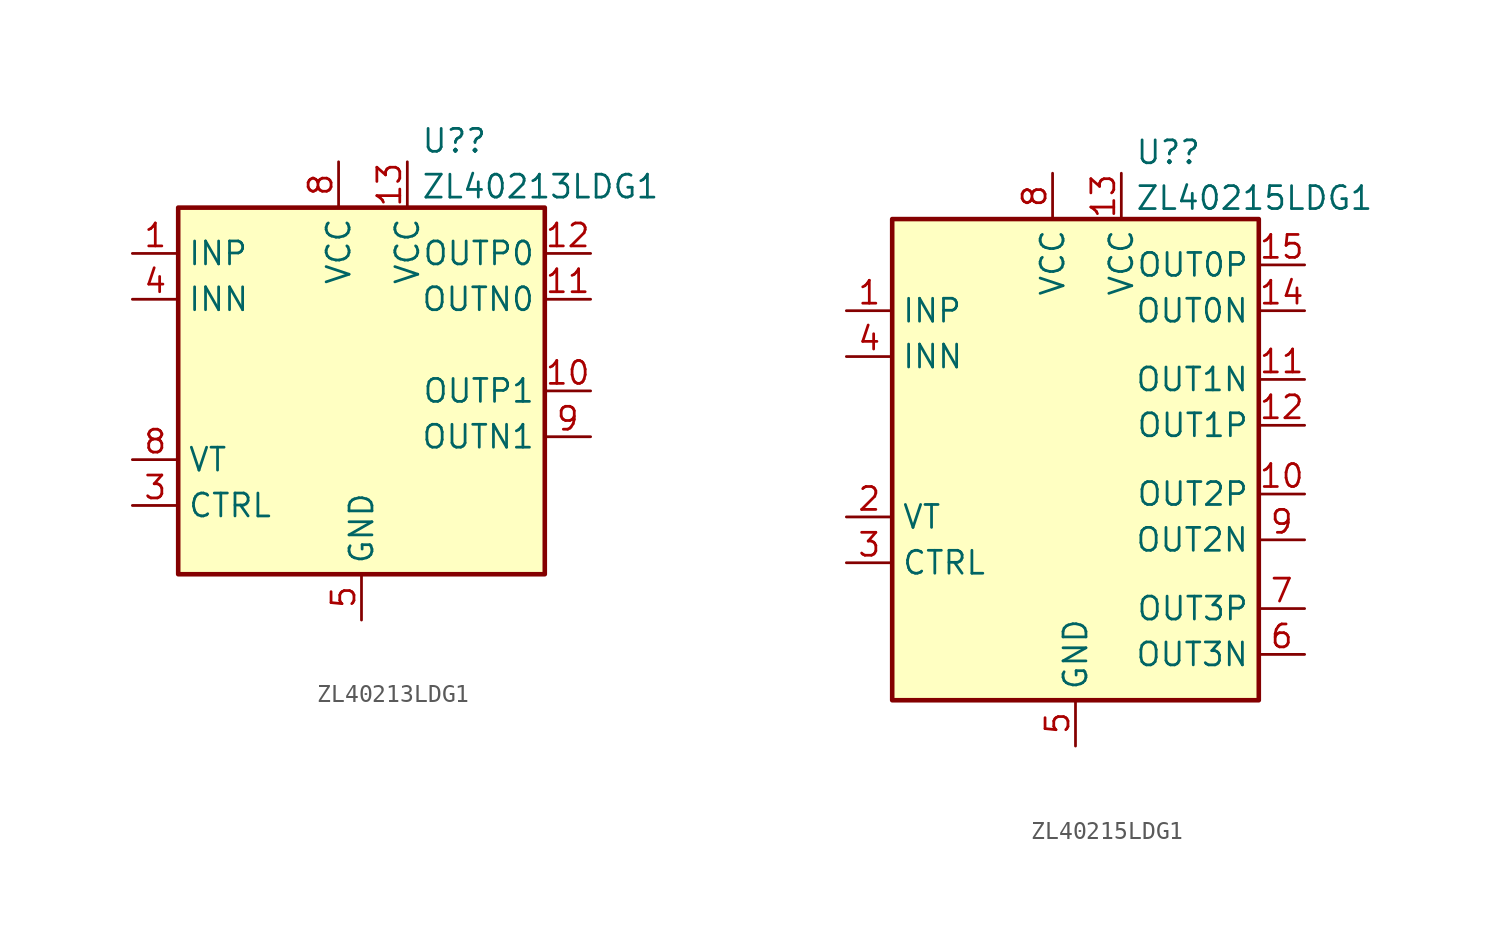
<source format=kicad_sym>
(kicad_symbol_lib
  (version 20211014)
  (generator kicad_symbol_editor)
  (symbol "ZL40213LDG1"
    (property "Reference" "U?"
      (at 3.289 13.86 0)
      (effects (font (size 1.27 1.27)) (justify left)))
    (property "Value" "ZL40213LDG1"
      (at 3.289 11.323 0)
      (effects (font (size 1.27 1.27)) (justify left)))
    (symbol "ZL40213LDG1_0_0"
      (pin input line (at -12.7 7.62 0) (length 2.54) (name "INP" (effects (font (size 1.27 1.27)))) (number "1" (effects (font (size 1.27 1.27)))))
      (pin output line (at 12.7 0 180) (length 2.54) (name "OUTP1" (effects (font (size 1.27 1.27)))) (number "10" (effects (font (size 1.27 1.27)))))
      (pin output line (at 12.7 5.08 180) (length 2.54) (name "OUTN0" (effects (font (size 1.27 1.27)))) (number "11" (effects (font (size 1.27 1.27)))))
      (pin output line (at 12.7 7.62 180) (length 2.54) (name "OUTP0" (effects (font (size 1.27 1.27)))) (number "12" (effects (font (size 1.27 1.27)))))
      (pin power_in line (at 2.54 12.7 270) (length 2.54) (name "VCC" (effects (font (size 1.27 1.27)))) (number "13" (effects (font (size 1.27 1.27)))))
      (pin no_connect line (at 10.16 2.54 180) (length 2.54) hide (name "NC" (effects (font (size 1.27 1.27)))) (number "14" (effects (font (size 1.27 1.27)))))
      (pin no_connect line (at 10.16 -5.08 180) (length 2.54) hide (name "NC" (effects (font (size 1.27 1.27)))) (number "15" (effects (font (size 1.27 1.27)))))
      (pin passive line (at 0 -12.7 90) (length 2.54) hide (name "GND" (effects (font (size 1.27 1.27)))) (number "16" (effects (font (size 1.27 1.27)))))
      (pin no_connect line (at 10.16 -7.62 180) (length 2.54) hide (name "PAD" (effects (font (size 1.27 1.27)))) (number "17" (effects (font (size 1.27 1.27)))))
      (pin input line (at -12.7 -6.35 0) (length 2.54) (name "CTRL" (effects (font (size 1.27 1.27)))) (number "3" (effects (font (size 1.27 1.27)))))
      (pin input line (at -12.7 5.08 0) (length 2.54) (name "INN" (effects (font (size 1.27 1.27)))) (number "4" (effects (font (size 1.27 1.27)))))
      (pin power_in line (at 0 -12.7 90) (length 2.54) (name "GND" (effects (font (size 1.27 1.27)))) (number "5" (effects (font (size 1.27 1.27)))))
      (pin no_connect line (at -10.16 2.54 0) (length 2.54) hide (name "NC" (effects (font (size 1.27 1.27)))) (number "6" (effects (font (size 1.27 1.27)))))
      (pin no_connect line (at -10.16 0 0) (length 2.54) hide (name "NC" (effects (font (size 1.27 1.27)))) (number "7" (effects (font (size 1.27 1.27)))))
      (pin power_in line (at -1.27 12.7 270) (length 2.54) (name "VCC" (effects (font (size 1.27 1.27)))) (number "8" (effects (font (size 1.27 1.27)))))
      (pin input line (at -12.7 -3.81 0) (length 2.54) (name "VT" (effects (font (size 1.27 1.27)))) (number "8" (effects (font (size 1.27 1.27)))))
      (pin output line (at 12.7 -2.54 180) (length 2.54) (name "OUTN1" (effects (font (size 1.27 1.27)))) (number "9" (effects (font (size 1.27 1.27))))))
    (symbol "ZL40213LDG1_0_1"
      (rectangle (start -10.16 10.16) (end 10.16 -10.16) (stroke (width 0.254) (type default) (color 0 0 0 0)) (fill (type background)))))
  (symbol "ZL40215LDG1"
    (property "Reference" "U?"
      (at 3.289 16.4 0)
      (effects (font (size 1.27 1.27)) (justify left)))
    (property "Value" "ZL40215LDG1"
      (at 3.289 13.863 0)
      (effects (font (size 1.27 1.27)) (justify left)))
    (symbol "ZL40215LDG1_0_0"
      (pin input line (at -12.7 7.62 0) (length 2.54) (name "INP" (effects (font (size 1.27 1.27)))) (number "1" (effects (font (size 1.27 1.27)))))
      (pin output line (at 12.7 -2.54 180) (length 2.54) (name "OUT2P" (effects (font (size 1.27 1.27)))) (number "10" (effects (font (size 1.27 1.27)))))
      (pin output line (at 12.7 3.81 180) (length 2.54) (name "OUT1N" (effects (font (size 1.27 1.27)))) (number "11" (effects (font (size 1.27 1.27)))))
      (pin output line (at 12.7 1.27 180) (length 2.54) (name "OUT1P" (effects (font (size 1.27 1.27)))) (number "12" (effects (font (size 1.27 1.27)))))
      (pin power_in line (at 2.54 15.24 270) (length 2.54) (name "VCC" (effects (font (size 1.27 1.27)))) (number "13" (effects (font (size 1.27 1.27)))))
      (pin output line (at 12.7 7.62 180) (length 2.54) (name "OUT0N" (effects (font (size 1.27 1.27)))) (number "14" (effects (font (size 1.27 1.27)))))
      (pin output line (at 12.7 10.16 180) (length 2.54) (name "OUT0P" (effects (font (size 1.27 1.27)))) (number "15" (effects (font (size 1.27 1.27)))))
      (pin passive line (at 0 -16.51 90) (length 2.54) hide (name "GND" (effects (font (size 1.27 1.27)))) (number "16" (effects (font (size 1.27 1.27)))))
      (pin no_connect line (at -3.81 -16.51 90) (length 2.54) hide (name "PAD" (effects (font (size 1.27 1.27)))) (number "17" (effects (font (size 1.27 1.27)))))
      (pin input line (at -12.7 -3.81 0) (length 2.54) (name "VT" (effects (font (size 1.27 1.27)))) (number "2" (effects (font (size 1.27 1.27)))))
      (pin input line (at -12.7 -6.35 0) (length 2.54) (name "CTRL" (effects (font (size 1.27 1.27)))) (number "3" (effects (font (size 1.27 1.27)))))
      (pin input line (at -12.7 5.08 0) (length 2.54) (name "INN" (effects (font (size 1.27 1.27)))) (number "4" (effects (font (size 1.27 1.27)))))
      (pin power_in line (at 0 -16.51 90) (length 2.54) (name "GND" (effects (font (size 1.27 1.27)))) (number "5" (effects (font (size 1.27 1.27)))))
      (pin output line (at 12.7 -11.43 180) (length 2.54) (name "OUT3N" (effects (font (size 1.27 1.27)))) (number "6" (effects (font (size 1.27 1.27)))))
      (pin output line (at 12.7 -8.89 180) (length 2.54) (name "OUT3P" (effects (font (size 1.27 1.27)))) (number "7" (effects (font (size 1.27 1.27)))))
      (pin power_in line (at -1.27 15.24 270) (length 2.54) (name "VCC" (effects (font (size 1.27 1.27)))) (number "8" (effects (font (size 1.27 1.27)))))
      (pin output line (at 12.7 -5.08 180) (length 2.54) (name "OUT2N" (effects (font (size 1.27 1.27)))) (number "9" (effects (font (size 1.27 1.27))))))
    (symbol "ZL40215LDG1_0_1"
      (rectangle (start -10.16 12.7) (end 10.16 -13.97) (stroke (width 0.254) (type default) (color 0 0 0 0)) (fill (type background))))))
</source>
